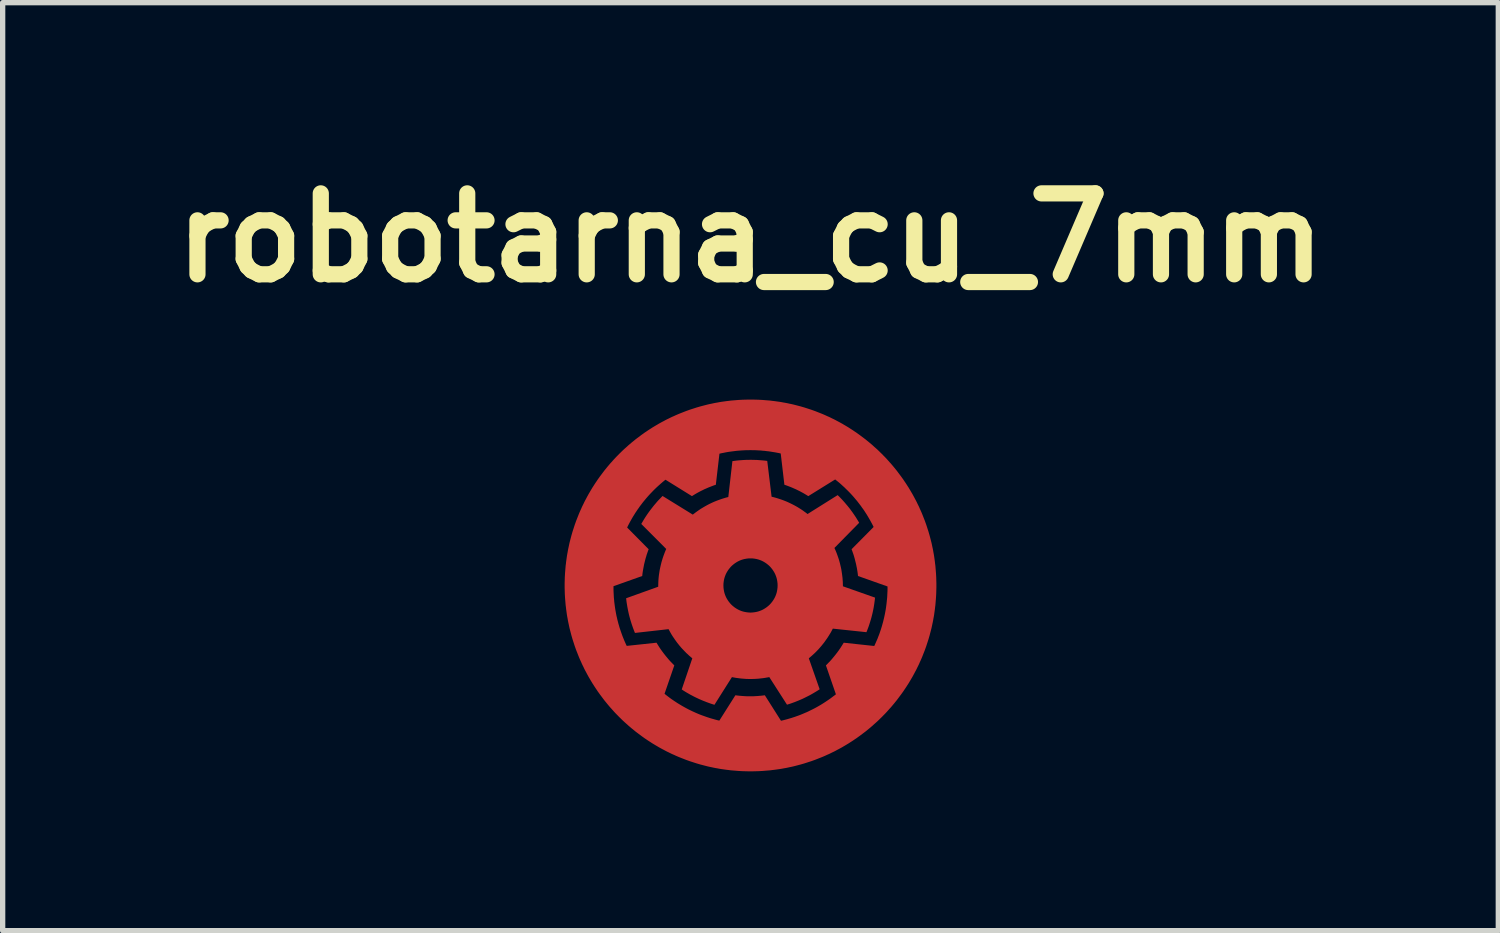
<source format=kicad_pcb>
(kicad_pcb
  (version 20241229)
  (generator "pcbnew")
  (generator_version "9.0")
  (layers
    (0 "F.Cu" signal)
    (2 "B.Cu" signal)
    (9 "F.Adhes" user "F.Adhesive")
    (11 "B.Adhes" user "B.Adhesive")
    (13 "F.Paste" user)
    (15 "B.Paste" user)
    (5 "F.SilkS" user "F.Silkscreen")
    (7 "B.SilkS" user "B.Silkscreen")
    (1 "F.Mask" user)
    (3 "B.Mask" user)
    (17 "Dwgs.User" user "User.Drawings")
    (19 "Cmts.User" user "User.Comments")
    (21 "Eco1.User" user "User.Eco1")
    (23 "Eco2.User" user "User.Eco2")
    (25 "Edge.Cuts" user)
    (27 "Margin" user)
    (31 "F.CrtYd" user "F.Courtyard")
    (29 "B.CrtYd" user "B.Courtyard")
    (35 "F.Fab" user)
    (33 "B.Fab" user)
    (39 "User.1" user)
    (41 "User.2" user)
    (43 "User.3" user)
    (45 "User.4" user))
  (footprint "robotarna_cu_7mm"
    (layer "F.Cu")
    (at 11.082 7.974)
    (property "Reference" "robotarna_cu_7mm" (at 0 -6.548 0) (layer "F.SilkS") (effects (font (size 1.524 1.524) (thickness 0.305))))
    (attr smd)
    (fp_poly (pts (xy -0.000006 0.511) (xy -2.314 0.429) (xy -2.307 0.466) (xy -2.299 0.503) (xy -2.291 0.54) (xy -2.282 0.576) (xy -2.272 0.613) (xy -2.262 0.649) (xy -2.251 0.684) (xy -2.24 0.72) (xy -2.228 0.755) (xy -2.216 0.79) (xy -2.203 0.825) (xy -2.19 0.859) (xy -2.176 0.894) (xy -1.543 0.823) (xy -1.525 0.856) (xy -1.507 0.889) (xy -1.488 0.922) (xy -1.468 0.954) (xy -1.447 0.985) (xy -1.426 1.016) (xy -1.404 1.047) (xy -1.382 1.077) (xy -1.359 1.106) (xy -1.335 1.136) (xy -1.311 1.164) (xy -1.286 1.192) (xy -1.26 1.219) (xy -1.234 1.246) (xy -1.208 1.273) (xy -1.18 1.298) (xy -1.153 1.324) (xy -1.124 1.348) (xy -1.096 1.372) (xy -1.295 1.958) (xy -1.264 1.979) (xy -1.232 1.999) (xy -1.2 2.018) (xy -1.167 2.037) (xy -1.134 2.056) (xy -1.101 2.073) (xy -1.067 2.091) (xy -1.033 2.108) (xy -0.999 2.124) (xy -0.965 2.14) (xy -0.93 2.155) (xy -0.895 2.17) (xy -0.859 2.184) (xy -0.824 2.198) (xy -0.788 2.211) (xy -0.752 2.224) (xy -0.715 2.236) (xy -0.679 2.247) (xy -0.35 1.726) (xy -0.313 1.733) (xy -0.275 1.74) (xy -0.236 1.745) (xy -0.198 1.75) (xy -0.159 1.754) (xy -0.12 1.757) (xy -0.081 1.76) (xy -0.041 1.761) (xy -0.001 1.762) (xy 0.035 1.761) (xy 0.071 1.76) (xy 0.108 1.758) (xy 0.143 1.756) (xy 0.179 1.752) (xy 0.215 1.748) (xy 0.25 1.744) (xy 0.285 1.738) (xy 0.32 1.732) (xy 0.354 1.726) (xy 0.687 2.245) (xy 0.723 2.234) (xy 0.76 2.222) (xy 0.796 2.209) (xy 0.832 2.196) (xy 0.867 2.182) (xy 0.902 2.168) (xy 0.937 2.153) (xy 0.972 2.138) (xy 1.006 2.122) (xy 1.04 2.105) (xy 1.074 2.088) (xy 1.108 2.071) (xy 1.141 2.053) (xy 1.174 2.034) (xy 1.206 2.015) (xy 1.238 1.996) (xy 1.27 1.976) (xy 1.302 1.955) (xy 1.098 1.372) (xy 1.127 1.347) (xy 1.156 1.322) (xy 1.184 1.297) (xy 1.212 1.271) (xy 1.239 1.244) (xy 1.265 1.217) (xy 1.291 1.189) (xy 1.316 1.16) (xy 1.341 1.131) (xy 1.364 1.102) (xy 1.388 1.072) (xy 1.41 1.041) (xy 1.432 1.01) (xy 1.454 0.978) (xy 1.474 0.946) (xy 1.494 0.914) (xy 1.514 0.881) (xy 1.532 0.847) (xy 1.55 0.813) (xy 2.183 0.88) (xy 2.197 0.845) (xy 2.21 0.811) (xy 2.223 0.776) (xy 2.235 0.741) (xy 2.246 0.706) (xy 2.257 0.671) (xy 2.268 0.635) (xy 2.278 0.599) (xy 2.287 0.563) (xy 2.296 0.527) (xy 2.304 0.49) (xy 2.312 0.453) (xy 2.319 0.416) (xy 2.325 0.379) (xy 2.331 0.342) (xy 2.336 0.304) (xy 2.341 0.266) (xy 2.345 0.229) (xy 1.74 0.016) (xy 1.739 -0.025) (xy 1.738 -0.065) (xy 1.735 -0.105) (xy 1.732 -0.145) (xy 1.727 -0.184) (xy 1.722 -0.224) (xy 1.716 -0.263) (xy 1.71 -0.302) (xy 1.702 -0.34) (xy 1.693 -0.378) (xy 1.684 -0.416) (xy 1.674 -0.453) (xy 1.663 -0.491) (xy 1.651 -0.527) (xy 1.638 -0.564) (xy 1.625 -0.6) (xy 1.611 -0.636) (xy 1.596 -0.671) (xy 1.58 -0.706) (xy 2.046 -1.18) (xy 2.027 -1.213) (xy 2.006 -1.247) (xy 1.986 -1.28) (xy 1.964 -1.313) (xy 1.942 -1.345) (xy 1.92 -1.377) (xy 1.897 -1.408) (xy 1.874 -1.44) (xy 1.85 -1.47) (xy 1.825 -1.501) (xy 1.8 -1.53) (xy 1.775 -1.56) (xy 1.749 -1.589) (xy 1.723 -1.618) (xy 1.696 -1.646) (xy 1.669 -1.674) (xy 1.641 -1.701) (xy 1.074 -1.345) (xy 1.045 -1.368) (xy 1.014 -1.39) (xy 0.984 -1.412) (xy 0.953 -1.433) (xy 0.921 -1.453) (xy 0.889 -1.473) (xy 0.856 -1.492) (xy 0.823 -1.51) (xy 0.79 -1.527) (xy 0.756 -1.544) (xy 0.722 -1.56) (xy 0.687 -1.576) (xy 0.652 -1.59) (xy 0.617 -1.604) (xy 0.581 -1.617) (xy 0.545 -1.629) (xy 0.508 -1.641) (xy 0.471 -1.652) (xy 0.434 -1.662) (xy 0.397 -1.671) (xy 0.315 -2.345) (xy 0.277 -2.35) (xy 0.238 -2.354) (xy 0.2 -2.357) (xy 0.161 -2.36) (xy 0.122 -2.363) (xy 0.083 -2.364) (xy 0.044 -2.365) (xy 0.004 -2.366) (xy -0.035 -2.365) (xy -0.074 -2.365) (xy -0.113 -2.363) (xy -0.151 -2.361) (xy -0.189 -2.358) (xy -0.228 -2.355) (xy -0.266 -2.351) (xy -0.304 -2.346) (xy -0.341 -2.341) (xy -0.418 -1.665) (xy -0.455 -1.656) (xy -0.492 -1.645) (xy -0.528 -1.634) (xy -0.564 -1.622) (xy -0.6 -1.609) (xy -0.635 -1.596) (xy -0.67 -1.582) (xy -0.705 -1.567) (xy -0.739 -1.551) (xy -0.773 -1.535) (xy -0.806 -1.518) (xy -0.839 -1.5) (xy -0.872 -1.481) (xy -0.904 -1.462) (xy -0.936 -1.443) (xy -0.967 -1.422) (xy -0.997 -1.401) (xy -1.028 -1.379) (xy -1.057 -1.357) (xy -1.087 -1.334) (xy -1.656 -1.685) (xy -1.683 -1.657) (xy -1.71 -1.629) (xy -1.737 -1.601) (xy -1.763 -1.572) (xy -1.788 -1.542) (xy -1.814 -1.512) (xy -1.838 -1.482) (xy -1.862 -1.451) (xy -1.886 -1.42) (xy -1.909 -1.389) (xy -1.932 -1.357) (xy -1.954 -1.325) (xy -1.976 -1.292) (xy -1.997 -1.259) (xy -2.017 -1.226) (xy -2.037 -1.192) (xy -2.057 -1.158) (xy -1.587 -0.687) (xy -1.602 -0.653) (xy -1.616 -0.618) (xy -1.629 -0.583) (xy -1.642 -0.548) (xy -1.654 -0.512) (xy -1.665 -0.476) (xy -1.676 -0.439) (xy -1.685 -0.402) (xy -1.694 -0.365) (xy -1.702 -0.328) (xy -1.71 -0.29) (xy -1.716 -0.252) (xy -1.722 -0.214) (xy -1.727 -0.176) (xy -1.731 -0.137) (xy -1.734 -0.098) (xy -1.736 -0.059) (xy -1.737 -0.019) (xy -1.738 0.02) (xy -1.738 0.024) (xy -2.342 0.241) (xy -2.338 0.279) (xy -2.333 0.317) (xy -2.327 0.355) (xy -2.321 0.392) (xy -2.314 0.429) (xy -0.000006 0.511) (xy -0.036 0.509) (xy -0.072 0.505) (xy -0.107 0.499) (xy -0.141 0.491) (xy -0.175 0.48) (xy -0.207 0.467) (xy -0.238 0.452) (xy -0.267 0.435) (xy -0.296 0.416) (xy -0.323 0.395) (xy -0.349 0.373) (xy -0.373 0.349) (xy -0.395 0.323) (xy -0.416 0.296) (xy -0.435 0.267) (xy -0.452 0.238) (xy -0.467 0.207) (xy -0.48 0.175) (xy -0.491 0.141) (xy -0.499 0.107) (xy -0.505 0.072) (xy -0.509 0.036) (xy -0.51 0.000012) (xy -0.509 -0.036) (xy -0.505 -0.072) (xy -0.499 -0.107) (xy -0.491 -0.141) (xy -0.48 -0.174) (xy -0.467 -0.207) (xy -0.452 -0.238) (xy -0.435 -0.267) (xy -0.416 -0.296) (xy -0.395 -0.323) (xy -0.373 -0.349) (xy -0.349 -0.373) (xy -0.323 -0.395) (xy -0.296 -0.416) (xy -0.267 -0.435) (xy -0.238 -0.452) (xy -0.207 -0.467) (xy -0.175 -0.48) (xy -0.141 -0.491) (xy -0.107 -0.499) (xy -0.072 -0.505) (xy -0.036 -0.509) (xy -0.000006 -0.51) (xy 0.036 -0.509) (xy 0.072 -0.505) (xy 0.107 -0.499) (xy 0.141 -0.491) (xy 0.174 -0.48) (xy 0.207 -0.467) (xy 0.238 -0.452) (xy 0.267 -0.435) (xy 0.296 -0.416) (xy 0.323 -0.395) (xy 0.349 -0.373) (xy 0.373 -0.349) (xy 0.395 -0.323) (xy 0.416 -0.296) (xy 0.435 -0.267) (xy 0.452 -0.238) (xy 0.467 -0.207) (xy 0.48 -0.174) (xy 0.491 -0.141) (xy 0.499 -0.107) (xy 0.505 -0.072) (xy 0.509 -0.036) (xy 0.51 0.000012) (xy 0.509 0.036) (xy 0.505 0.072) (xy 0.499 0.107) (xy 0.491 0.141) (xy 0.48 0.175) (xy 0.467 0.207) (xy 0.452 0.238) (xy 0.435 0.267) (xy 0.416 0.296) (xy 0.395 0.323) (xy 0.373 0.349) (xy 0.349 0.373) (xy 0.323 0.395) (xy 0.296 0.416) (xy 0.267 0.435) (xy 0.238 0.452) (xy 0.207 0.467) (xy 0.174 0.48) (xy 0.141 0.491) (xy 0.107 0.499) (xy 0.072 0.505) (xy 0.036 0.509) (xy -0.000006 0.511)) (stroke (width 0) (type solid)) (fill yes) (layer "F.Cu"))
    (fp_poly (pts (xy 2.33 1.14) (xy 0.517 3.462) (xy 0.553 3.457) (xy 0.589 3.451) (xy 0.625 3.444) (xy 0.661 3.438) (xy 0.696 3.431) (xy 0.732 3.423) (xy 0.767 3.416) (xy 0.803 3.408) (xy 0.838 3.399) (xy 0.873 3.39) (xy 0.907 3.381) (xy 0.942 3.372) (xy 0.976 3.362) (xy 1.011 3.352) (xy 1.045 3.341) (xy 1.079 3.33) (xy 1.113 3.319) (xy 1.147 3.308) (xy 1.18 3.296) (xy 1.214 3.284) (xy 1.247 3.271) (xy 1.28 3.258) (xy 1.313 3.245) (xy 1.346 3.232) (xy 1.379 3.218) (xy 1.411 3.204) (xy 1.443 3.189) (xy 1.476 3.175) (xy 1.507 3.16) (xy 1.539 3.144) (xy 1.571 3.129) (xy 1.602 3.113) (xy 1.633 3.096) (xy 1.664 3.08) (xy 1.695 3.063) (xy 1.726 3.046) (xy 1.756 3.028) (xy 1.787 3.01) (xy 1.817 2.992) (xy 1.847 2.974) (xy 1.876 2.955) (xy 1.906 2.936) (xy 1.935 2.917) (xy 1.964 2.897) (xy 1.993 2.878) (xy 2.022 2.857) (xy 2.05 2.837) (xy 2.078 2.816) (xy 2.106 2.795) (xy 2.134 2.774) (xy 2.162 2.753) (xy 2.189 2.731) (xy 2.216 2.709) (xy 2.243 2.687) (xy 2.27 2.664) (xy 2.296 2.642) (xy 2.322 2.618) (xy 2.348 2.595) (xy 2.374 2.572) (xy 2.4 2.548) (xy 2.425 2.524) (xy 2.45 2.499) (xy 2.475 2.475) (xy 2.499 2.45) (xy 2.524 2.425) (xy 2.548 2.4) (xy 2.572 2.374) (xy 2.595 2.348) (xy 2.618 2.322) (xy 2.642 2.296) (xy 2.664 2.27) (xy 2.687 2.243) (xy 2.709 2.216) (xy 2.731 2.189) (xy 2.753 2.162) (xy 2.774 2.134) (xy 2.795 2.106) (xy 2.816 2.078) (xy 2.837 2.05) (xy 2.857 2.022) (xy 2.878 1.993) (xy 2.897 1.964) (xy 2.917 1.935) (xy 2.936 1.906) (xy 2.955 1.876) (xy 2.974 1.847) (xy 2.992 1.817) (xy 3.01 1.787) (xy 3.028 1.756) (xy 3.046 1.726) (xy 3.063 1.695) (xy 3.08 1.664) (xy 3.096 1.633) (xy 3.113 1.602) (xy 3.129 1.571) (xy 3.144 1.539) (xy 3.16 1.507) (xy 3.175 1.476) (xy 3.189 1.443) (xy 3.204 1.411) (xy 3.218 1.379) (xy 3.232 1.346) (xy 3.245 1.313) (xy 3.258 1.28) (xy 3.271 1.247) (xy 3.284 1.214) (xy 3.296 1.18) (xy 3.308 1.147) (xy 3.319 1.113) (xy 3.33 1.079) (xy 3.341 1.045) (xy 3.352 1.011) (xy 3.362 0.976) (xy 3.372 0.942) (xy 3.381 0.907) (xy 3.39 0.873) (xy 3.399 0.838) (xy 3.408 0.803) (xy 3.416 0.767) (xy 3.423 0.732) (xy 3.431 0.696) (xy 3.438 0.661) (xy 3.444 0.625) (xy 3.451 0.589) (xy 3.457 0.553) (xy 3.462 0.517) (xy 3.467 0.481) (xy 3.472 0.445) (xy 3.476 0.408) (xy 3.481 0.372) (xy 3.484 0.335) (xy 3.487 0.298) (xy 3.49 0.261) (xy 3.493 0.224) (xy 3.495 0.187) (xy 3.497 0.15) (xy 3.498 0.113) (xy 3.499 0.075) (xy 3.5 0.038) (xy 3.5 0.00001) (xy 3.5 -0.038) (xy 3.499 -0.075) (xy 3.498 -0.113) (xy 3.497 -0.15) (xy 3.495 -0.187) (xy 3.493 -0.224) (xy 3.49 -0.261) (xy 3.487 -0.298) (xy 3.484 -0.335) (xy 3.481 -0.372) (xy 3.476 -0.408) (xy 3.472 -0.445) (xy 3.467 -0.481) (xy 3.462 -0.517) (xy 3.457 -0.553) (xy 3.451 -0.589) (xy 3.444 -0.625) (xy 3.438 -0.661) (xy 3.431 -0.696) (xy 3.423 -0.732) (xy 3.416 -0.767) (xy 3.408 -0.803) (xy 3.399 -0.838) (xy 3.39 -0.873) (xy 3.381 -0.907) (xy 3.372 -0.942) (xy 3.362 -0.976) (xy 3.352 -1.011) (xy 3.341 -1.045) (xy 3.33 -1.079) (xy 3.319 -1.113) (xy 3.308 -1.147) (xy 3.296 -1.18) (xy 3.284 -1.214) (xy 3.271 -1.247) (xy 3.258 -1.28) (xy 3.245 -1.313) (xy 3.232 -1.346) (xy 3.218 -1.379) (xy 3.204 -1.411) (xy 3.189 -1.443) (xy 3.175 -1.476) (xy 3.16 -1.507) (xy 3.144 -1.539) (xy 3.129 -1.571) (xy 3.113 -1.602) (xy 3.096 -1.633) (xy 3.08 -1.664) (xy 3.063 -1.695) (xy 3.046 -1.726) (xy 3.028 -1.756) (xy 3.01 -1.787) (xy 2.992 -1.817) (xy 2.974 -1.847) (xy 2.955 -1.876) (xy 2.936 -1.906) (xy 2.917 -1.935) (xy 2.897 -1.964) (xy 2.878 -1.993) (xy 2.857 -2.022) (xy 2.837 -2.05) (xy 2.816 -2.078) (xy 2.795 -2.106) (xy 2.774 -2.134) (xy 2.753 -2.162) (xy 2.731 -2.189) (xy 2.709 -2.216) (xy 2.687 -2.243) (xy 2.664 -2.27) (xy 2.642 -2.296) (xy 2.618 -2.322) (xy 2.595 -2.348) (xy 2.572 -2.374) (xy 2.548 -2.4) (xy 2.524 -2.425) (xy 2.499 -2.45) (xy 2.475 -2.475) (xy 2.45 -2.499) (xy 2.425 -2.524) (xy 2.4 -2.548) (xy 2.374 -2.572) (xy 2.348 -2.595) (xy 2.322 -2.618) (xy 2.296 -2.642) (xy 2.27 -2.664) (xy 2.243 -2.687) (xy 2.216 -2.709) (xy 2.189 -2.731) (xy 2.162 -2.753) (xy 2.134 -2.774) (xy 2.106 -2.795) (xy 2.078 -2.816) (xy 2.05 -2.837) (xy 2.022 -2.857) (xy 1.993 -2.878) (xy 1.964 -2.897) (xy 1.935 -2.917) (xy 1.906 -2.936) (xy 1.876 -2.955) (xy 1.847 -2.974) (xy 1.817 -2.992) (xy 1.787 -3.01) (xy 1.756 -3.028) (xy 1.726 -3.046) (xy 1.695 -3.063) (xy 1.664 -3.08) (xy 1.633 -3.096) (xy 1.602 -3.113) (xy 1.571 -3.129) (xy 1.539 -3.144) (xy 1.507 -3.16) (xy 1.476 -3.175) (xy 1.443 -3.189) (xy 1.411 -3.204) (xy 1.379 -3.218) (xy 1.346 -3.232) (xy 1.313 -3.245) (xy 1.28 -3.258) (xy 1.247 -3.271) (xy 1.214 -3.284) (xy 1.18 -3.296) (xy 1.147 -3.308) (xy 1.113 -3.319) (xy 1.079 -3.33) (xy 1.045 -3.341) (xy 1.011 -3.352) (xy 0.976 -3.362) (xy 0.942 -3.372) (xy 0.907 -3.381) (xy 0.873 -3.39) (xy 0.838 -3.399) (xy 0.803 -3.408) (xy 0.767 -3.416) (xy 0.732 -3.423) (xy 0.696 -3.431) (xy 0.661 -3.438) (xy 0.625 -3.444) (xy 0.589 -3.451) (xy 0.553 -3.457) (xy 0.517 -3.462) (xy 0.481 -3.467) (xy 0.445 -3.472) (xy 0.408 -3.476) (xy 0.372 -3.481) (xy 0.335 -3.484) (xy 0.298 -3.487) (xy 0.261 -3.49) (xy 0.224 -3.493) (xy 0.187 -3.495) (xy 0.15 -3.497) (xy 0.113 -3.498) (xy 0.075 -3.499) (xy 0.038 -3.5) (xy -0.00001 -3.5) (xy -0.038 -3.5) (xy -0.075 -3.499) (xy -0.113 -3.498) (xy -0.15 -3.497) (xy -0.187 -3.495) (xy -0.224 -3.493) (xy -0.261 -3.49) (xy -0.298 -3.487) (xy -0.335 -3.484) (xy -0.372 -3.481) (xy -0.408 -3.476) (xy -0.445 -3.472) (xy -0.481 -3.467) (xy -0.517 -3.462) (xy -0.553 -3.457) (xy -0.589 -3.451) (xy -0.625 -3.444) (xy -0.661 -3.438) (xy -0.696 -3.431) (xy -0.732 -3.423) (xy -0.767 -3.416) (xy -0.803 -3.408) (xy -0.838 -3.399) (xy -0.873 -3.39) (xy -0.907 -3.381) (xy -0.942 -3.372) (xy -0.976 -3.362) (xy -1.011 -3.352) (xy -1.045 -3.341) (xy -1.079 -3.33) (xy -1.113 -3.319) (xy -1.147 -3.308) (xy -1.18 -3.296) (xy -1.214 -3.284) (xy -1.247 -3.271) (xy -1.28 -3.258) (xy -1.313 -3.245) (xy -1.346 -3.232) (xy -1.379 -3.218) (xy -1.411 -3.204) (xy -1.443 -3.189) (xy -1.476 -3.175) (xy -1.507 -3.16) (xy -1.539 -3.144) (xy -1.571 -3.129) (xy -1.602 -3.113) (xy -1.633 -3.096) (xy -1.664 -3.08) (xy -1.695 -3.063) (xy -1.726 -3.046) (xy -1.756 -3.028) (xy -1.787 -3.01) (xy -1.817 -2.992) (xy -1.847 -2.974) (xy -1.876 -2.955) (xy -1.906 -2.936) (xy -1.935 -2.917) (xy -1.964 -2.897) (xy -1.993 -2.878) (xy -2.022 -2.857) (xy -2.05 -2.837) (xy -2.078 -2.816) (xy -2.106 -2.795) (xy -2.134 -2.774) (xy -2.162 -2.753) (xy -2.189 -2.731) (xy -2.216 -2.709) (xy -2.243 -2.687) (xy -2.27 -2.664) (xy -2.296 -2.642) (xy -2.322 -2.618) (xy -2.348 -2.595) (xy -2.374 -2.572) (xy -2.4 -2.548) (xy -2.425 -2.524) (xy -2.45 -2.499) (xy -2.475 -2.475) (xy -2.499 -2.45) (xy -2.524 -2.425) (xy -2.548 -2.4) (xy -2.572 -2.374) (xy -2.595 -2.348) (xy -2.618 -2.322) (xy -2.642 -2.296) (xy -2.664 -2.27) (xy -2.687 -2.243) (xy -2.709 -2.216) (xy -2.731 -2.189) (xy -2.753 -2.162) (xy -2.774 -2.134) (xy -2.795 -2.106) (xy -2.816 -2.078) (xy -2.837 -2.05) (xy -2.857 -2.022) (xy -2.878 -1.993) (xy -2.897 -1.964) (xy -2.917 -1.935) (xy -2.936 -1.906) (xy -2.955 -1.876) (xy -2.974 -1.847) (xy -2.992 -1.817) (xy -3.01 -1.787) (xy -3.028 -1.756) (xy -3.046 -1.726) (xy -3.063 -1.695) (xy -3.08 -1.664) (xy -3.096 -1.633) (xy -3.113 -1.602) (xy -3.129 -1.571) (xy -3.144 -1.539) (xy -3.16 -1.507) (xy -3.175 -1.476) (xy -3.189 -1.443) (xy -3.204 -1.411) (xy -3.218 -1.379) (xy -3.232 -1.346) (xy -3.245 -1.313) (xy -3.258 -1.28) (xy -3.271 -1.247) (xy -3.284 -1.214) (xy -3.296 -1.18) (xy -3.308 -1.147) (xy -3.319 -1.113) (xy -3.33 -1.079) (xy -3.341 -1.045) (xy -3.352 -1.011) (xy -3.362 -0.976) (xy -3.372 -0.942) (xy -3.381 -0.907) (xy -3.39 -0.873) (xy -3.399 -0.838) (xy -3.408 -0.803) (xy -3.416 -0.767) (xy -3.423 -0.732) (xy -3.431 -0.696) (xy -3.438 -0.661) (xy -3.444 -0.625) (xy -3.451 -0.589) (xy -3.457 -0.553) (xy -3.462 -0.517) (xy -3.467 -0.481) (xy -3.472 -0.445) (xy -3.476 -0.408) (xy -3.481 -0.372) (xy -3.484 -0.335) (xy -3.487 -0.298) (xy -3.49 -0.261) (xy -3.493 -0.224) (xy -3.495 -0.187) (xy -3.497 -0.15) (xy -3.498 -0.113) (xy -3.499 -0.075) (xy -3.5 -0.038) (xy -3.5 0.00001) (xy -3.5 0.038) (xy -3.499 0.075) (xy -3.498 0.113) (xy -3.497 0.15) (xy -3.495 0.187) (xy -3.493 0.224) (xy -3.49 0.261) (xy -3.487 0.298) (xy -3.484 0.335) (xy -3.481 0.372) (xy -3.476 0.408) (xy -3.472 0.445) (xy -3.467 0.481) (xy -3.462 0.517) (xy -3.457 0.553) (xy -3.451 0.589) (xy -3.444 0.625) (xy -3.438 0.661) (xy -3.431 0.696) (xy -3.423 0.732) (xy -3.416 0.767) (xy -3.408 0.803) (xy -3.399 0.838) (xy -3.39 0.873) (xy -3.381 0.907) (xy -3.372 0.942) (xy -3.362 0.976) (xy -3.352 1.011) (xy -3.341 1.045) (xy -3.33 1.079) (xy -3.319 1.113) (xy -3.308 1.147) (xy -3.296 1.18) (xy -3.284 1.214) (xy -3.271 1.247) (xy -3.258 1.28) (xy -3.245 1.313) (xy -3.232 1.346) (xy -3.218 1.379) (xy -3.204 1.411) (xy -3.189 1.443) (xy -3.175 1.476) (xy -3.16 1.507) (xy -3.144 1.539) (xy -3.129 1.571) (xy -3.113 1.602) (xy -3.096 1.633) (xy -3.08 1.664) (xy -3.063 1.695) (xy -3.046 1.726) (xy -3.028 1.756) (xy -3.01 1.787) (xy -2.992 1.817) (xy -2.974 1.847) (xy -2.955 1.876) (xy -2.936 1.906) (xy -2.917 1.935) (xy -2.897 1.964) (xy -2.878 1.993) (xy -2.857 2.022) (xy -2.837 2.05) (xy -2.816 2.078) (xy -2.795 2.106) (xy -2.774 2.134) (xy -2.753 2.162) (xy -2.731 2.189) (xy -2.709 2.216) (xy -2.687 2.243) (xy -2.664 2.27) (xy -2.642 2.296) (xy -2.618 2.322) (xy -2.595 2.348) (xy -2.572 2.374) (xy -2.548 2.4) (xy -2.524 2.425) (xy -2.499 2.45) (xy -2.475 2.475) (xy -2.45 2.499) (xy -2.425 2.524) (xy -2.4 2.548) (xy -2.374 2.572) (xy -2.348 2.595) (xy -2.322 2.618) (xy -2.296 2.642) (xy -2.27 2.664) (xy -2.243 2.687) (xy -2.216 2.709) (xy -2.189 2.731) (xy -2.162 2.753) (xy -2.134 2.774) (xy -2.106 2.795) (xy -2.078 2.816) (xy -2.05 2.837) (xy -2.022 2.857) (xy -1.993 2.878) (xy -1.964 2.897) (xy -1.935 2.917) (xy -1.906 2.936) (xy -1.876 2.955) (xy -1.847 2.974) (xy -1.817 2.992) (xy -1.787 3.01) (xy -1.756 3.028) (xy -1.726 3.046) (xy -1.695 3.063) (xy -1.664 3.08) (xy -1.633 3.096) (xy -1.602 3.113) (xy -1.571 3.129) (xy -1.539 3.144) (xy -1.507 3.16) (xy -1.476 3.175) (xy -1.443 3.189) (xy -1.411 3.204) (xy -1.379 3.218) (xy -1.346 3.232) (xy -1.313 3.245) (xy -1.28 3.258) (xy -1.247 3.271) (xy -1.214 3.284) (xy -1.18 3.296) (xy -1.147 3.308) (xy -1.113 3.319) (xy -1.079 3.33) (xy -1.045 3.341) (xy -1.011 3.352) (xy -0.976 3.362) (xy -0.942 3.372) (xy -0.907 3.381) (xy -0.873 3.39) (xy -0.838 3.399) (xy -0.803 3.408) (xy -0.767 3.416) (xy -0.732 3.423) (xy -0.696 3.431) (xy -0.661 3.438) (xy -0.625 3.444) (xy -0.589 3.451) (xy -0.553 3.457) (xy -0.517 3.462) (xy -0.481 3.467) (xy -0.445 3.472) (xy -0.408 3.476) (xy -0.372 3.481) (xy -0.335 3.484) (xy -0.298 3.487) (xy -0.261 3.49) (xy -0.224 3.493) (xy -0.187 3.495) (xy -0.15 3.497) (xy -0.113 3.498) (xy -0.075 3.499) (xy -0.038 3.5) (xy -0.00001 3.5) (xy 0.038 3.5) (xy 0.075 3.499) (xy 0.113 3.498) (xy 0.15 3.497) (xy 0.187 3.495) (xy 0.224 3.493) (xy 0.261 3.49) (xy 0.298 3.487) (xy 0.335 3.484) (xy 0.372 3.481) (xy 0.408 3.476) (xy 0.445 3.472) (xy 0.481 3.467) (xy 0.517 3.462) (xy 2.33 1.14) (xy 1.755 1.078) (xy 1.735 1.111) (xy 1.714 1.144) (xy 1.693 1.177) (xy 1.671 1.209) (xy 1.648 1.241) (xy 1.625 1.272) (xy 1.601 1.303) (xy 1.577 1.333) (xy 1.552 1.363) (xy 1.527 1.393) (xy 1.501 1.422) (xy 1.474 1.45) (xy 1.447 1.478) (xy 1.42 1.505) (xy 1.608 2.05) (xy 1.578 2.073) (xy 1.547 2.096) (xy 1.517 2.119) (xy 1.486 2.141) (xy 1.454 2.163) (xy 1.423 2.184) (xy 1.391 2.205) (xy 1.358 2.226) (xy 1.326 2.246) (xy 1.293 2.265) (xy 1.26 2.284) (xy 1.226 2.303) (xy 1.192 2.321) (xy 1.158 2.338) (xy 1.123 2.355) (xy 1.089 2.372) (xy 1.054 2.388) (xy 1.018 2.403) (xy 0.983 2.418) (xy 0.947 2.433) (xy 0.911 2.447) (xy 0.874 2.46) (xy 0.838 2.473) (xy 0.801 2.485) (xy 0.764 2.497) (xy 0.726 2.508) (xy 0.689 2.519) (xy 0.651 2.529) (xy 0.613 2.539) (xy 0.574 2.548) (xy 0.27 2.068) (xy 0.236 2.072) (xy 0.201 2.076) (xy 0.167 2.079) (xy 0.132 2.082) (xy 0.098 2.084) (xy 0.063 2.086) (xy 0.028 2.086) (xy -0.007 2.087) (xy -0.043 2.086) (xy -0.078 2.086) (xy -0.113 2.084) (xy -0.147 2.082) (xy -0.182 2.079) (xy -0.216 2.076) (xy -0.251 2.072) (xy -0.285 2.068) (xy -0.587 2.545) (xy -0.626 2.536) (xy -0.664 2.526) (xy -0.702 2.515) (xy -0.739 2.505) (xy -0.777 2.493) (xy -0.814 2.481) (xy -0.851 2.468) (xy -0.887 2.455) (xy -0.924 2.442) (xy -0.96 2.428) (xy -0.996 2.413) (xy -1.031 2.398) (xy -1.066 2.382) (xy -1.101 2.366) (xy -1.136 2.349) (xy -1.171 2.332) (xy -1.205 2.314) (xy -1.238 2.296) (xy -1.272 2.277) (xy -1.305 2.258) (xy -1.338 2.238) (xy -1.371 2.218) (xy -1.403 2.197) (xy -1.435 2.176) (xy -1.466 2.155) (xy -1.498 2.133) (xy -1.529 2.11) (xy -1.559 2.087) (xy -1.589 2.064) (xy -1.619 2.04) (xy -1.435 1.505) (xy -1.462 1.478) (xy -1.489 1.45) (xy -1.516 1.422) (xy -1.542 1.393) (xy -1.567 1.363) (xy -1.592 1.333) (xy -1.616 1.303) (xy -1.64 1.272) (xy -1.663 1.241) (xy -1.686 1.209) (xy -1.708 1.177) (xy -1.729 1.144) (xy -1.75 1.111) (xy -1.77 1.078) (xy -2.331 1.138) (xy -2.347 1.105) (xy -2.362 1.071) (xy -2.377 1.037) (xy -2.391 1.002) (xy -2.405 0.968) (xy -2.418 0.933) (xy -2.431 0.897) (xy -2.443 0.862) (xy -2.455 0.826) (xy -2.467 0.791) (xy -2.477 0.755) (xy -2.488 0.718) (xy -2.497 0.682) (xy -2.507 0.645) (xy -2.515 0.608) (xy -2.524 0.571) (xy -2.531 0.534) (xy -2.538 0.496) (xy -2.545 0.458) (xy -2.551 0.42) (xy -2.556 0.382) (xy -2.561 0.344) (xy -2.566 0.306) (xy -2.569 0.267) (xy -2.573 0.228) (xy -2.575 0.189) (xy -2.577 0.15) (xy -2.579 0.111) (xy -2.58 0.072) (xy -2.58 0.032) (xy -2.58 0.014) (xy -2.039 -0.178) (xy -2.035 -0.216) (xy -2.03 -0.253) (xy -2.024 -0.29) (xy -2.017 -0.327) (xy -2.01 -0.364) (xy -2.003 -0.4) (xy -1.994 -0.436) (xy -1.985 -0.472) (xy -1.976 -0.508) (xy -1.965 -0.543) (xy -1.955 -0.579) (xy -1.943 -0.613) (xy -1.931 -0.648) (xy -1.918 -0.682) (xy -2.323 -1.091) (xy -2.306 -1.126) (xy -2.288 -1.161) (xy -2.27 -1.195) (xy -2.251 -1.229) (xy -2.232 -1.263) (xy -2.212 -1.297) (xy -2.191 -1.33) (xy -2.171 -1.363) (xy -2.149 -1.395) (xy -2.128 -1.427) (xy -2.105 -1.459) (xy -2.083 -1.491) (xy -2.059 -1.522) (xy -2.036 -1.553) (xy -2.012 -1.583) (xy -1.987 -1.613) (xy -1.962 -1.643) (xy -1.937 -1.672) (xy -1.911 -1.701) (xy -1.885 -1.729) (xy -1.858 -1.757) (xy -1.831 -1.785) (xy -1.804 -1.812) (xy -1.776 -1.839) (xy -1.748 -1.865) (xy -1.719 -1.891) (xy -1.69 -1.917) (xy -1.661 -1.942) (xy -1.631 -1.967) (xy -1.601 -1.991) (xy -1.103 -1.682) (xy -1.071 -1.702) (xy -1.038 -1.722) (xy -1.005 -1.741) (xy -0.972 -1.759) (xy -0.938 -1.777) (xy -0.903 -1.794) (xy -0.869 -1.811) (xy -0.834 -1.826) (xy -0.798 -1.842) (xy -0.763 -1.856) (xy -0.726 -1.87) (xy -0.69 -1.884) (xy -0.653 -1.896) (xy -0.585 -2.481) (xy -0.547 -2.49) (xy -0.509 -2.497) (xy -0.471 -2.505) (xy -0.433 -2.512) (xy -0.394 -2.518) (xy -0.356 -2.523) (xy -0.317 -2.528) (xy -0.278 -2.533) (xy -0.239 -2.537) (xy -0.199 -2.54) (xy -0.16 -2.543) (xy -0.12 -2.545) (xy -0.08 -2.547) (xy -0.04 -2.547) (xy -0.00001 -2.548) (xy 0.039 -2.547) (xy 0.078 -2.547) (xy 0.117 -2.545) (xy 0.155 -2.543) (xy 0.194 -2.541) (xy 0.232 -2.537) (xy 0.27 -2.534) (xy 0.308 -2.529) (xy 0.346 -2.525) (xy 0.384 -2.519) (xy 0.421 -2.513) (xy 0.459 -2.507) (xy 0.496 -2.5) (xy 0.533 -2.493) (xy 0.569 -2.485) (xy 0.638 -1.896) (xy 0.675 -1.884) (xy 0.712 -1.87) (xy 0.748 -1.856) (xy 0.783 -1.842) (xy 0.819 -1.826) (xy 0.854 -1.811) (xy 0.888 -1.794) (xy 0.923 -1.777) (xy 0.957 -1.759) (xy 0.99 -1.741) (xy 1.023 -1.722) (xy 1.056 -1.702) (xy 1.088 -1.682) (xy 1.594 -1.996) (xy 1.624 -1.972) (xy 1.654 -1.948) (xy 1.684 -1.923) (xy 1.713 -1.897) (xy 1.741 -1.871) (xy 1.77 -1.845) (xy 1.797 -1.818) (xy 1.825 -1.791) (xy 1.852 -1.764) (xy 1.879 -1.736) (xy 1.905 -1.708) (xy 1.931 -1.679) (xy 1.956 -1.65) (xy 1.981 -1.62) (xy 2.006 -1.591) (xy 2.03 -1.56) (xy 2.053 -1.53) (xy 2.077 -1.499) (xy 2.099 -1.467) (xy 2.122 -1.436) (xy 2.144 -1.404) (xy 2.165 -1.371) (xy 2.186 -1.339) (xy 2.206 -1.306) (xy 2.226 -1.272) (xy 2.245 -1.239) (xy 2.264 -1.205) (xy 2.283 -1.17) (xy 2.301 -1.136) (xy 2.318 -1.101) (xy 1.903 -0.682) (xy 1.916 -0.648) (xy 1.928 -0.613) (xy 1.94 -0.579) (xy 1.951 -0.543) (xy 1.961 -0.508) (xy 1.97 -0.472) (xy 1.979 -0.436) (xy 1.988 -0.4) (xy 1.995 -0.364) (xy 2.003 -0.327) (xy 2.009 -0.29) (xy 2.015 -0.253) (xy 2.02 -0.216) (xy 2.024 -0.178) (xy 2.58 0.019) (xy 2.58 0.032) (xy 2.58 0.072) (xy 2.579 0.111) (xy 2.577 0.15) (xy 2.575 0.19) (xy 2.573 0.229) (xy 2.569 0.267) (xy 2.565 0.306) (xy 2.561 0.345) (xy 2.556 0.383) (xy 2.551 0.421) (xy 2.545 0.459) (xy 2.538 0.497) (xy 2.531 0.534) (xy 2.523 0.572) (xy 2.515 0.609) (xy 2.506 0.646) (xy 2.497 0.683) (xy 2.487 0.719) (xy 2.477 0.756) (xy 2.466 0.792) (xy 2.455 0.828) (xy 2.443 0.863) (xy 2.431 0.899) (xy 2.418 0.934) (xy 2.404 0.969) (xy 2.391 1.004) (xy 2.376 1.038) (xy 2.361 1.072) (xy 2.346 1.106) (xy 2.33 1.14)) (stroke (width 0) (type solid)) (fill yes) (layer "F.Cu")))
  (gr_rect
    (start -3 -3)
    (end 25.163 14.474)
    (stroke (width 0.1) (type default))
    (fill no)
    (layer "Edge.Cuts")))
</source>
